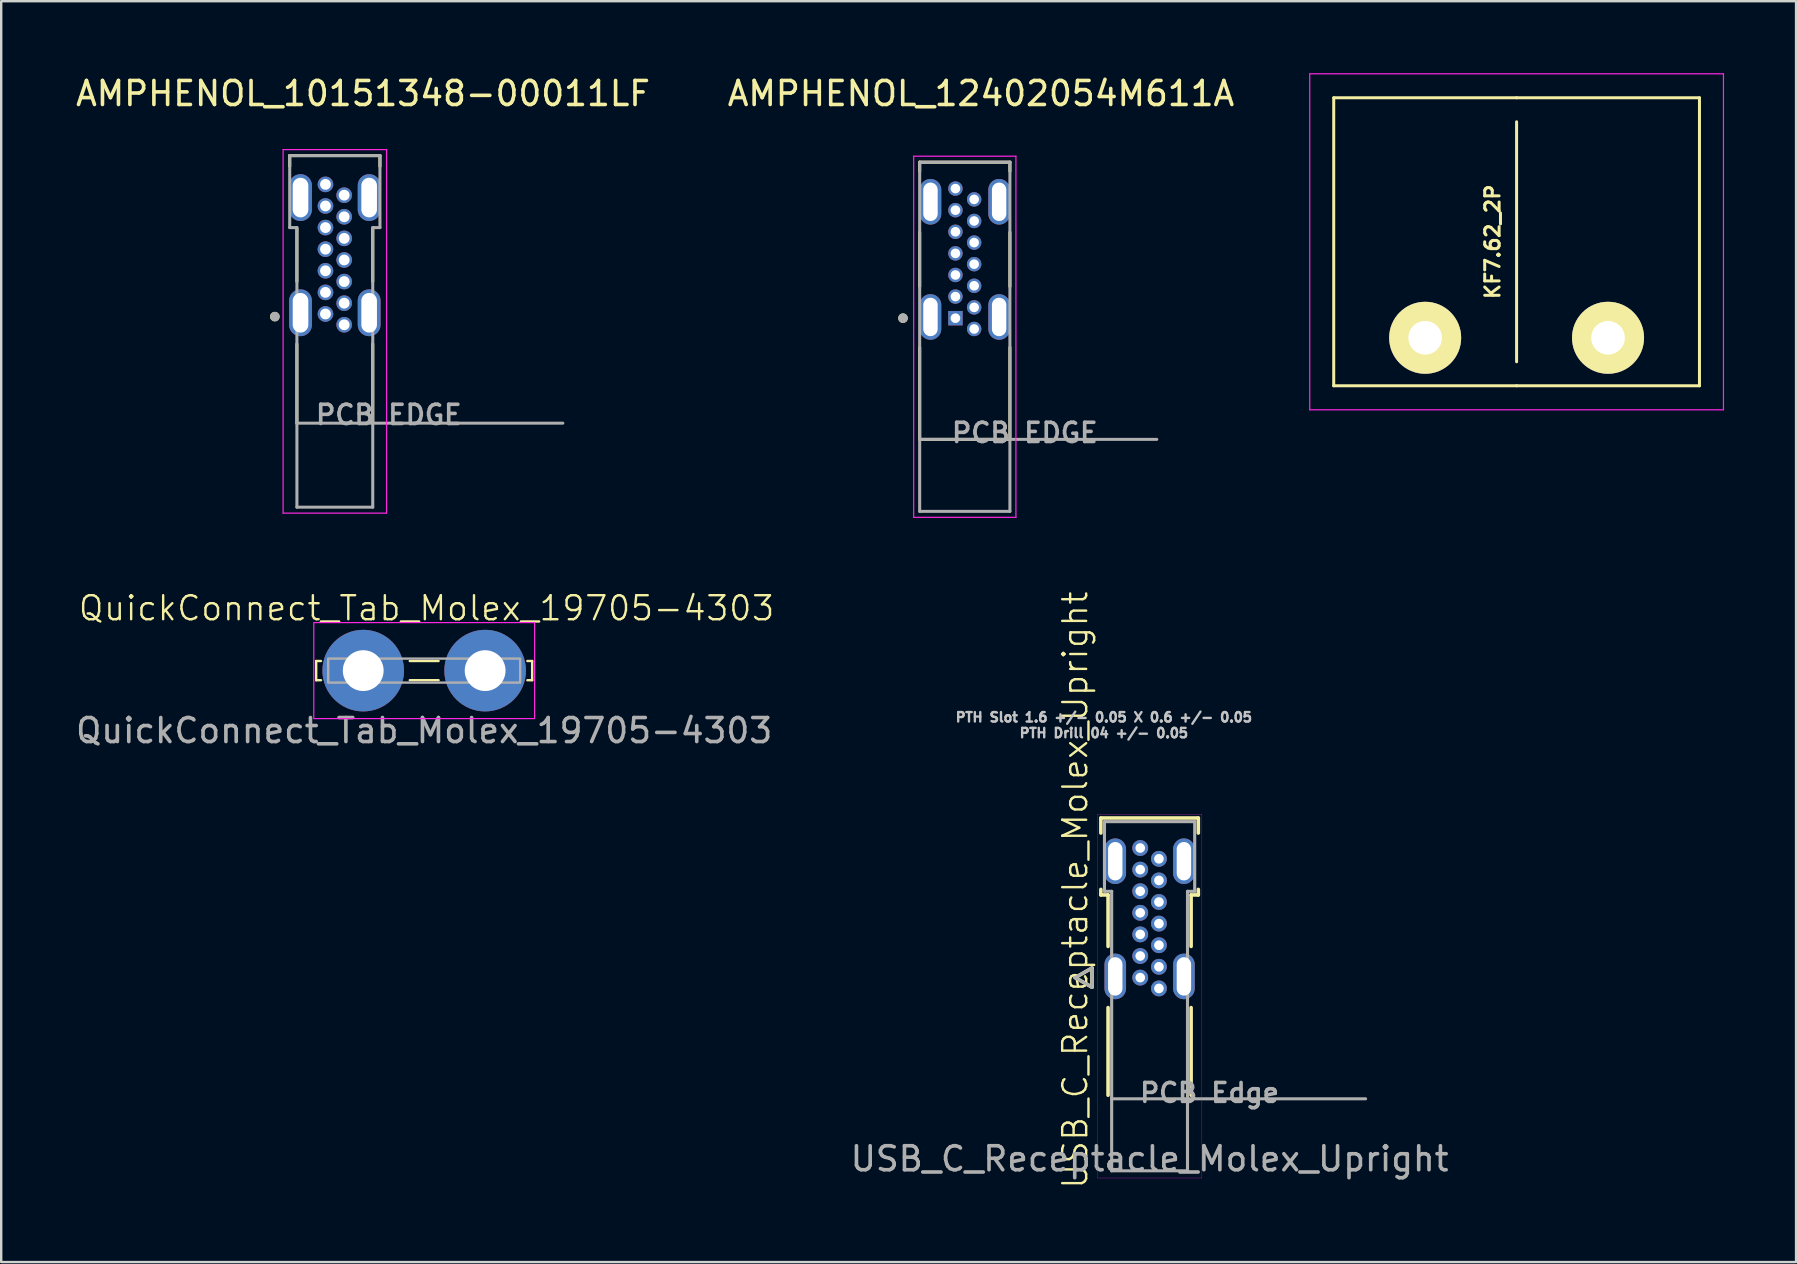
<source format=kicad_pcb>
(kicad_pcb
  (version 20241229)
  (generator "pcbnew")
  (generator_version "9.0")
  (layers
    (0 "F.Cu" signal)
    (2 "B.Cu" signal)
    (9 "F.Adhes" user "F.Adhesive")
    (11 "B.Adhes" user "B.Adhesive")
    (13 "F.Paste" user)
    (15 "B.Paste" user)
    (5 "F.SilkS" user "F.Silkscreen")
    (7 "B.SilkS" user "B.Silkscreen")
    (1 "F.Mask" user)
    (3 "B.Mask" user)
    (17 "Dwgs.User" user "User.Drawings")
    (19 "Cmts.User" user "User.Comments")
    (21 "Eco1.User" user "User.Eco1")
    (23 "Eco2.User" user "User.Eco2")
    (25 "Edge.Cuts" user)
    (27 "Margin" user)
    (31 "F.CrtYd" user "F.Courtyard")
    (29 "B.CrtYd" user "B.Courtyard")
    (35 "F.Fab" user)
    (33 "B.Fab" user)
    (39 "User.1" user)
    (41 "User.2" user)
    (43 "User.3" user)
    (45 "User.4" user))
  (footprint "QuickConnect_Tab_Molex_19705-4303"
    (layer "F.Cu")
    (at 14.625 24.894)
    (property "Reference" "QuickConnect_Tab_Molex_19705-4303" (at 0.1 -2.6 0) (unlocked yes) (layer "F.SilkS") (effects (font (size 1 1) (thickness 0.1))))
    (attr through_hole)
    (fp_line (start -4.5 -0.4) (end -4.5 0.4) (stroke (width 0.1) (type default)) (layer "F.SilkS"))
    (fp_line (start -4.5 0.4) (end -4.3 0.4) (stroke (width 0.1) (type default)) (layer "F.SilkS"))
    (fp_line (start -4.3 -0.4) (end -4.5 -0.4) (stroke (width 0.1) (type default)) (layer "F.SilkS"))
    (fp_line (start -0.6 -0.4) (end 0.6 -0.4) (stroke (width 0.1) (type default)) (layer "F.SilkS"))
    (fp_line (start 0.6 0.4) (end -0.6 0.4) (stroke (width 0.1) (type default)) (layer "F.SilkS"))
    (fp_line (start 4.3 -0.4) (end 4.5 -0.4) (stroke (width 0.1) (type default)) (layer "F.SilkS"))
    (fp_line (start 4.5 -0.4) (end 4.5 0.4) (stroke (width 0.1) (type default)) (layer "F.SilkS"))
    (fp_line (start 4.5 0.4) (end 4.3 0.4) (stroke (width 0.1) (type default)) (layer "F.SilkS"))
    (fp_rect (start -4.6 -2) (end 4.6 2) (stroke (width 0.05) (type default)) (fill no) (layer "F.CrtYd"))
    (fp_rect (start -4 -0.5) (end 4 0.5) (stroke (width 0.1) (type default)) (fill no) (layer "F.Fab"))
    (fp_text user "${REFERENCE}" (at 0 2.5 0) (unlocked yes) (layer "F.Fab") (effects (font (size 1 1) (thickness 0.15))))
    (pad "1" thru_hole circle (at -2.54 0) (size 3.4 3.4) (drill 1.7) (layers "*.Cu" "*.Mask"))
    (pad "1" thru_hole circle (at 2.54 0) (size 3.4 3.4) (drill 1.7) (layers "*.Cu" "*.Mask")))
  (footprint "AMPHENOL_10151348-00011LF"
    (layer "F.Cu")
    (at 10.902 9.983)
    (property "Reference" "AMPHENOL_10151348-00011LF" (at 1.175 -9.135 0) (layer "F.SilkS") (effects (font (size 1 1) (thickness 0.15))))
    (attr through_hole)
    (fp_line (start -1.88 -6.55) (end 1.88 -6.55) (stroke (width 0.127) (type solid)) (layer "F.SilkS"))
    (fp_line (start -1.88 -6.1) (end -1.88 -6.55) (stroke (width 0.127) (type solid)) (layer "F.SilkS"))
    (fp_line (start -1.58 -3.5) (end -1.58 -1.3) (stroke (width 0.127) (type solid)) (layer "F.SilkS"))
    (fp_line (start -1.58 1.3) (end -1.58 4.6) (stroke (width 0.127) (type solid)) (layer "F.SilkS"))
    (fp_line (start 1.58 -1.3) (end 1.58 -3.5) (stroke (width 0.127) (type solid)) (layer "F.SilkS"))
    (fp_line (start 1.58 4.6) (end 1.58 1.3) (stroke (width 0.127) (type solid)) (layer "F.SilkS"))
    (fp_line (start 1.88 -6.55) (end 1.88 -6.1) (stroke (width 0.127) (type solid)) (layer "F.SilkS"))
    (fp_circle (center -2.5 0.16) (end -2.4 0.16) (stroke (width 0.2) (type solid)) (fill no) (layer "F.SilkS"))
    (fp_line (start -2.155 -6.8) (end -2.155 8.35) (stroke (width 0.05) (type solid)) (layer "F.CrtYd"))
    (fp_line (start -2.155 8.35) (end 2.155 8.35) (stroke (width 0.05) (type solid)) (layer "F.CrtYd"))
    (fp_line (start 2.155 -6.8) (end -2.155 -6.8) (stroke (width 0.05) (type solid)) (layer "F.CrtYd"))
    (fp_line (start 2.155 8.35) (end 2.155 -6.8) (stroke (width 0.05) (type solid)) (layer "F.CrtYd"))
    (fp_line (start -1.88 -6.55) (end -1.88 -3.55) (stroke (width 0.127) (type solid)) (layer "F.Fab"))
    (fp_line (start -1.88 -3.55) (end -1.58 -3.55) (stroke (width 0.127) (type solid)) (layer "F.Fab"))
    (fp_line (start -1.58 -3.55) (end -1.58 4.6) (stroke (width 0.127) (type solid)) (layer "F.Fab"))
    (fp_line (start -1.58 4.6) (end -1.58 8.1) (stroke (width 0.127) (type solid)) (layer "F.Fab"))
    (fp_line (start -1.58 4.6) (end 9.5 4.6) (stroke (width 0.127) (type solid)) (layer "F.Fab"))
    (fp_line (start -1.58 8.1) (end 1.58 8.1) (stroke (width 0.127) (type solid)) (layer "F.Fab"))
    (fp_line (start 1.58 -3.55) (end 1.88 -3.55) (stroke (width 0.127) (type solid)) (layer "F.Fab"))
    (fp_line (start 1.58 8.1) (end 1.58 -3.55) (stroke (width 0.127) (type solid)) (layer "F.Fab"))
    (fp_line (start 1.88 -6.55) (end -1.88 -6.55) (stroke (width 0.127) (type solid)) (layer "F.Fab"))
    (fp_line (start 1.88 -3.55) (end 1.88 -6.55) (stroke (width 0.127) (type solid)) (layer "F.Fab"))
    (fp_circle (center -2.5 0.16) (end -2.4 0.16) (stroke (width 0.2) (type solid)) (fill no) (layer "F.Fab"))
    (fp_text user "PCB EDGE" (at 2.25 4.25 0) (layer "F.Fab") (effects (font (size 0.8 0.8) (thickness 0.15))))
    (pad "A1" thru_hole circle (at -0.39 0.05) (size 0.65 0.65) (drill 0.45) (layers "*.Cu" "*.Mask"))
    (pad "A4" thru_hole circle (at -0.39 -0.85) (size 0.65 0.65) (drill 0.45) (layers "*.Cu" "*.Mask"))
    (pad "A5" thru_hole circle (at -0.39 -1.75) (size 0.65 0.65) (drill 0.45) (layers "*.Cu" "*.Mask"))
    (pad "A6" thru_hole circle (at -0.39 -2.65) (size 0.65 0.65) (drill 0.45) (layers "*.Cu" "*.Mask"))
    (pad "A7" thru_hole circle (at -0.39 -3.55) (size 0.65 0.65) (drill 0.45) (layers "*.Cu" "*.Mask"))
    (pad "A9" thru_hole circle (at -0.39 -4.45) (size 0.65 0.65) (drill 0.45) (layers "*.Cu" "*.Mask"))
    (pad "A12" thru_hole circle (at -0.39 -5.35) (size 0.65 0.65) (drill 0.45) (layers "*.Cu" "*.Mask"))
    (pad "B1" thru_hole circle (at 0.39 -4.9) (size 0.65 0.65) (drill 0.45) (layers "*.Cu" "*.Mask"))
    (pad "B4" thru_hole circle (at 0.39 -4) (size 0.65 0.65) (drill 0.45) (layers "*.Cu" "*.Mask"))
    (pad "B5" thru_hole circle (at 0.39 -3.1) (size 0.65 0.65) (drill 0.45) (layers "*.Cu" "*.Mask"))
    (pad "B6" thru_hole circle (at 0.39 -2.2) (size 0.65 0.65) (drill 0.45) (layers "*.Cu" "*.Mask"))
    (pad "B7" thru_hole circle (at 0.39 -1.3) (size 0.65 0.65) (drill 0.45) (layers "*.Cu" "*.Mask"))
    (pad "B9" thru_hole circle (at 0.39 -0.4) (size 0.65 0.65) (drill 0.45) (layers "*.Cu" "*.Mask"))
    (pad "B12" thru_hole circle (at 0.39 0.5) (size 0.65 0.65) (drill 0.45) (layers "*.Cu" "*.Mask"))
    (pad "SH1" thru_hole oval (at -1.43 0) (size 0.95 1.95) (drill oval 0.65 1.65) (layers "*.Cu" "*.Mask"))
    (pad "SH2" thru_hole oval (at 1.43 0) (size 0.95 1.95) (drill oval 0.65 1.65) (layers "*.Cu" "*.Mask"))
    (pad "SH3" thru_hole oval (at -1.43 -4.8) (size 0.95 1.95) (drill oval 0.65 1.65) (layers "*.Cu" "*.Mask"))
    (pad "SH4" thru_hole oval (at 1.43 -4.8) (size 0.95 1.95) (drill oval 0.65 1.65) (layers "*.Cu" "*.Mask")))
  (footprint "AMPHENOL_12402054M611A"
    (layer "F.Cu")
    (at 37.152 10.158)
    (property "Reference" "AMPHENOL_12402054M611A" (at 0.675 -9.31 0) (layer "F.SilkS") (effects (font (size 1 1) (thickness 0.15))))
    (attr through_hole)
    (fp_line (start -1.88 -6.45) (end 1.88 -6.45) (stroke (width 0.127) (type solid)) (layer "F.SilkS"))
    (fp_line (start -1.88 -6.07) (end -1.88 -6.45) (stroke (width 0.127) (type solid)) (layer "F.SilkS"))
    (fp_line (start -1.88 -3.53) (end -1.88 -1.27) (stroke (width 0.127) (type solid)) (layer "F.SilkS"))
    (fp_line (start -1.88 1.27) (end -1.88 5.1) (stroke (width 0.127) (type solid)) (layer "F.SilkS"))
    (fp_line (start -1.88 5.1) (end 1.88 5.1) (stroke (width 0.127) (type solid)) (layer "F.SilkS"))
    (fp_line (start 1.88 -6.45) (end 1.88 -6.07) (stroke (width 0.127) (type solid)) (layer "F.SilkS"))
    (fp_line (start 1.88 -1.27) (end 1.88 -3.53) (stroke (width 0.127) (type solid)) (layer "F.SilkS"))
    (fp_line (start 1.88 5.1) (end 1.88 1.27) (stroke (width 0.127) (type solid)) (layer "F.SilkS"))
    (fp_circle (center -2.575 0.05) (end -2.475 0.05) (stroke (width 0.2) (type solid)) (fill no) (layer "F.SilkS"))
    (fp_line (start -2.13 -6.7) (end -2.13 8.35) (stroke (width 0.05) (type solid)) (layer "F.CrtYd"))
    (fp_line (start -2.13 8.35) (end 2.13 8.35) (stroke (width 0.05) (type solid)) (layer "F.CrtYd"))
    (fp_line (start 2.13 -6.7) (end -2.13 -6.7) (stroke (width 0.05) (type solid)) (layer "F.CrtYd"))
    (fp_line (start 2.13 8.35) (end 2.13 -6.7) (stroke (width 0.05) (type solid)) (layer "F.CrtYd"))
    (fp_line (start -1.88 -6.45) (end 1.88 -6.45) (stroke (width 0.127) (type solid)) (layer "F.Fab"))
    (fp_line (start -1.88 5.1) (end -1.88 -6.45) (stroke (width 0.127) (type solid)) (layer "F.Fab"))
    (fp_line (start -1.88 5.1) (end 8 5.1) (stroke (width 0.127) (type solid)) (layer "F.Fab"))
    (fp_line (start -1.88 8.1) (end -1.88 5.1) (stroke (width 0.127) (type solid)) (layer "F.Fab"))
    (fp_line (start 1.88 -6.45) (end 1.88 8.1) (stroke (width 0.127) (type solid)) (layer "F.Fab"))
    (fp_line (start 1.88 8.1) (end -1.88 8.1) (stroke (width 0.127) (type solid)) (layer "F.Fab"))
    (fp_circle (center -2.575 0.05) (end -2.475 0.05) (stroke (width 0.2) (type solid)) (fill no) (layer "F.Fab"))
    (fp_text user "PCB EDGE" (at 2.5 4.825 0) (layer "F.Fab") (effects (font (size 0.8 0.8) (thickness 0.15))))
    (pad "A1" thru_hole rect (at -0.39 0.05) (size 0.6 0.6) (drill 0.4) (layers "*.Cu" "*.Mask"))
    (pad "A4" thru_hole circle (at -0.39 -0.85) (size 0.6 0.6) (drill 0.4) (layers "*.Cu" "*.Mask"))
    (pad "A5" thru_hole circle (at -0.39 -1.75) (size 0.6 0.6) (drill 0.4) (layers "*.Cu" "*.Mask"))
    (pad "A6" thru_hole circle (at -0.39 -2.65) (size 0.6 0.6) (drill 0.4) (layers "*.Cu" "*.Mask"))
    (pad "A7" thru_hole circle (at -0.39 -3.55) (size 0.6 0.6) (drill 0.4) (layers "*.Cu" "*.Mask"))
    (pad "A9" thru_hole circle (at -0.39 -4.45) (size 0.6 0.6) (drill 0.4) (layers "*.Cu" "*.Mask"))
    (pad "A12" thru_hole circle (at -0.39 -5.35) (size 0.6 0.6) (drill 0.4) (layers "*.Cu" "*.Mask"))
    (pad "B1" thru_hole circle (at 0.39 -4.9) (size 0.6 0.6) (drill 0.4) (layers "*.Cu" "*.Mask"))
    (pad "B4" thru_hole circle (at 0.39 -4) (size 0.6 0.6) (drill 0.4) (layers "*.Cu" "*.Mask"))
    (pad "B5" thru_hole circle (at 0.39 -3.1) (size 0.6 0.6) (drill 0.4) (layers "*.Cu" "*.Mask"))
    (pad "B6" thru_hole circle (at 0.39 -2.2) (size 0.6 0.6) (drill 0.4) (layers "*.Cu" "*.Mask"))
    (pad "B7" thru_hole circle (at 0.39 -1.3) (size 0.6 0.6) (drill 0.4) (layers "*.Cu" "*.Mask"))
    (pad "B9" thru_hole circle (at 0.39 -0.4) (size 0.6 0.6) (drill 0.4) (layers "*.Cu" "*.Mask"))
    (pad "B12" thru_hole circle (at 0.39 0.5) (size 0.6 0.6) (drill 0.4) (layers "*.Cu" "*.Mask"))
    (pad "S1" thru_hole oval (at -1.43 0) (size 0.9 1.9) (drill oval 0.6 1.6) (layers "*.Cu" "*.Mask"))
    (pad "S2" thru_hole oval (at 1.43 0) (size 0.9 1.9) (drill oval 0.6 1.6) (layers "*.Cu" "*.Mask"))
    (pad "S3" thru_hole oval (at -1.43 -4.8) (size 0.9 1.9) (drill oval 0.6 1.6) (layers "*.Cu" "*.Mask"))
    (pad "S4" thru_hole oval (at 1.43 -4.8) (size 0.9 1.9) (drill oval 0.6 1.6) (layers "*.Cu" "*.Mask")))
  (footprint "USB_C_Receptacle_Molex_Upright"
    (layer "F.Cu")
    (at 44.852 35.236)
    (property "Reference" "USB_C_Receptacle_Molex_Upright" (at -3.1 -1.2 90) (unlocked yes) (layer "F.SilkS") (effects (font (size 1 1) (thickness 0.1))))
    (attr through_hole allow_soldermask_bridges)
    (fp_line (start -3.1 2.45) (end -2.4 2.85) (stroke (width 0.15) (type solid)) (layer "F.SilkS"))
    (fp_line (start -2.4 2.05) (end -3.1 2.45) (stroke (width 0.15) (type solid)) (layer "F.SilkS"))
    (fp_line (start -2.4 2.85) (end -2.4 2.05) (stroke (width 0.15) (type solid)) (layer "F.SilkS"))
    (fp_line (start -2.03 -4.2) (end 2.03 -4.2) (stroke (width 0.15) (type solid)) (layer "F.SilkS"))
    (fp_line (start -2.03 -3.575) (end -2.03 -4.2) (stroke (width 0.15) (type solid)) (layer "F.SilkS"))
    (fp_line (start -2.03 -0.995) (end -2.03 -1.225) (stroke (width 0.15) (type solid)) (layer "F.SilkS"))
    (fp_line (start -1.73 -0.995) (end -2.03 -0.995) (stroke (width 0.15) (type solid)) (layer "F.SilkS"))
    (fp_line (start -1.73 1.15) (end -1.73 -0.995) (stroke (width 0.15) (type solid)) (layer "F.SilkS"))
    (fp_line (start -1.73 7.35) (end -1.73 3.7) (stroke (width 0.15) (type solid)) (layer "F.SilkS"))
    (fp_line (start 1.73 -0.995) (end 1.73 1.15) (stroke (width 0.15) (type solid)) (layer "F.SilkS"))
    (fp_line (start 1.73 -0.995) (end 2.03 -0.995) (stroke (width 0.15) (type solid)) (layer "F.SilkS"))
    (fp_line (start 1.73 3.7) (end 1.73 7.35) (stroke (width 0.15) (type solid)) (layer "F.SilkS"))
    (fp_line (start 2.03 -4.2) (end 2.03 -3.575) (stroke (width 0.15) (type solid)) (layer "F.SilkS"))
    (fp_line (start 2.03 -1.225) (end 2.03 -0.995) (stroke (width 0.15) (type solid)) (layer "F.SilkS"))
    (fp_line (start -2.18 -4.35) (end -2.18 10.8) (stroke (width 0.01) (type solid)) (layer "F.CrtYd"))
    (fp_line (start -2.18 10.8) (end 2.18 10.8) (stroke (width 0.01) (type solid)) (layer "F.CrtYd"))
    (fp_line (start 2.18 -4.35) (end -2.18 -4.35) (stroke (width 0.01) (type solid)) (layer "F.CrtYd"))
    (fp_line (start 2.18 10.8) (end 2.18 -4.35) (stroke (width 0.01) (type solid)) (layer "F.CrtYd"))
    (fp_line (start -3.1 2.45) (end -2.4 2.85) (stroke (width 0.13) (type solid)) (layer "F.Fab"))
    (fp_line (start -2.4 2.05) (end -3.1 2.45) (stroke (width 0.13) (type solid)) (layer "F.Fab"))
    (fp_line (start -2.4 2.85) (end -2.4 2.05) (stroke (width 0.13) (type solid)) (layer "F.Fab"))
    (fp_line (start -1.88 -4.05) (end 1.88 -4.05) (stroke (width 0.13) (type solid)) (layer "F.Fab"))
    (fp_line (start -1.88 -1.145) (end -1.88 -4.05) (stroke (width 0.13) (type solid)) (layer "F.Fab"))
    (fp_line (start -1.58 -1.145) (end -1.88 -1.145) (stroke (width 0.13) (type solid)) (layer "F.Fab"))
    (fp_line (start -1.58 7.5) (end -1.58 -1.145) (stroke (width 0.13) (type solid)) (layer "F.Fab"))
    (fp_line (start -1.58 7.5) (end 9 7.5) (stroke (width 0.13) (type solid)) (layer "F.Fab"))
    (fp_line (start -1.58 10.5) (end -1.58 7.5) (stroke (width 0.13) (type solid)) (layer "F.Fab"))
    (fp_line (start 1.58 -1.145) (end 1.58 10.5) (stroke (width 0.13) (type solid)) (layer "F.Fab"))
    (fp_line (start 1.58 -1.145) (end 1.88 -1.145) (stroke (width 0.13) (type solid)) (layer "F.Fab"))
    (fp_line (start 1.58 10.5) (end -1.58 10.5) (stroke (width 0.13) (type solid)) (layer "F.Fab"))
    (fp_line (start 1.88 -4.05) (end 1.88 -1.145) (stroke (width 0.13) (type solid)) (layer "F.Fab"))
    (fp_text user "PTH Slot 1.6 +/- 0.05 X 0.6 +/- 0.05" (at -1.905 -8.398 0) (layer "Dwgs.User") (effects (font (size 0.394 0.394) (thickness 0.15))))
    (fp_text user "PTH Drill 04 +/- 0.05" (at -1.905 -7.74 0) (layer "Dwgs.User") (effects (font (size 0.394 0.394) (thickness 0.15))))
    (fp_text user "PCB Edge" (at 2.5 7.25 0) (layer "F.Fab") (effects (font (size 0.787 0.787) (thickness 0.15))))
    (fp_text user "${REFERENCE}" (at 0 10 0) (unlocked yes) (layer "F.Fab") (effects (font (size 1 1) (thickness 0.15))))
    (pad "A1" thru_hole circle (at -0.39 2.45) (size 0.66 0.66) (drill 0.4) (layers "*.Cu" "*.Mask"))
    (pad "A4" thru_hole circle (at -0.39 1.55) (size 0.66 0.66) (drill 0.4) (layers "*.Cu" "*.Mask"))
    (pad "A5" thru_hole circle (at -0.39 0.65) (size 0.66 0.66) (drill 0.4) (layers "*.Cu" "*.Mask"))
    (pad "A6" thru_hole circle (at -0.39 -0.25) (size 0.66 0.66) (drill 0.4) (layers "*.Cu" "*.Mask"))
    (pad "A7" thru_hole circle (at -0.39 -1.15) (size 0.66 0.66) (drill 0.4) (layers "*.Cu" "*.Mask"))
    (pad "A9" thru_hole circle (at -0.39 -2.05) (size 0.66 0.66) (drill 0.4) (layers "*.Cu" "*.Mask"))
    (pad "A12" thru_hole circle (at -0.39 -2.95) (size 0.66 0.66) (drill 0.4) (layers "*.Cu" "*.Mask"))
    (pad "B1" thru_hole circle (at 0.39 -2.5) (size 0.66 0.66) (drill 0.4) (layers "*.Cu" "*.Mask"))
    (pad "B4" thru_hole circle (at 0.39 -1.6) (size 0.66 0.66) (drill 0.4) (layers "*.Cu" "*.Mask"))
    (pad "B5" thru_hole circle (at 0.39 -0.7) (size 0.66 0.66) (drill 0.4) (layers "*.Cu" "*.Mask"))
    (pad "B6" thru_hole circle (at 0.39 0.2) (size 0.66 0.66) (drill 0.4) (layers "*.Cu" "*.Mask"))
    (pad "B7" thru_hole circle (at 0.39 1.1) (size 0.66 0.66) (drill 0.4) (layers "*.Cu" "*.Mask"))
    (pad "B9" thru_hole circle (at 0.39 2) (size 0.66 0.66) (drill 0.4) (layers "*.Cu" "*.Mask"))
    (pad "B12" thru_hole circle (at 0.39 2.9) (size 0.66 0.66) (drill 0.4) (layers "*.Cu" "*.Mask"))
    (pad "S1" thru_hole oval (at -1.43 -2.4) (size 0.9 1.9) (drill oval 0.6 1.6) (layers "*.Cu" "*.Mask"))
    (pad "S1" thru_hole oval (at -1.43 2.4) (size 0.9 1.9) (drill oval 0.6 1.6) (layers "*.Cu" "*.Mask"))
    (pad "S1" thru_hole oval (at 1.43 -2.4) (size 0.9 1.9) (drill oval 0.6 1.6) (layers "*.Cu" "*.Mask"))
    (pad "S1" thru_hole oval (at 1.43 2.4) (size 0.9 1.9) (drill oval 0.6 1.6) (layers "*.Cu" "*.Mask")))
  (footprint "KF7.62_2P"
    (layer "F.Cu")
    (at 60.145 7.025)
    (property "Reference" "KF7.62_2P" (at -1 0 90) (layer "F.SilkS") (effects (font (size 0.6 0.6) (thickness 0.125))))
    (attr through_hole)
    (fp_line (start -7.62 -6) (end -7.62 6) (stroke (width 0.125) (type solid)) (layer "F.SilkS"))
    (fp_line (start -7.62 6) (end 0 6) (stroke (width 0.125) (type solid)) (layer "F.SilkS"))
    (fp_line (start 0 -6) (end -7.62 -6) (stroke (width 0.125) (type solid)) (layer "F.SilkS"))
    (fp_line (start 0 -6) (end 7.62 -6) (stroke (width 0.125) (type solid)) (layer "F.SilkS"))
    (fp_line (start 0 5) (end 0 -5) (stroke (width 0.125) (type solid)) (layer "F.SilkS"))
    (fp_line (start 7.62 -6) (end 7.62 6) (stroke (width 0.125) (type solid)) (layer "F.SilkS"))
    (fp_line (start 7.62 6) (end 0 6) (stroke (width 0.125) (type solid)) (layer "F.SilkS"))
    (fp_line (start -8.62 -7) (end -8.62 7) (stroke (width 0.05) (type solid)) (layer "F.CrtYd"))
    (fp_line (start -8.62 -7) (end 8.62 -7) (stroke (width 0.05) (type solid)) (layer "F.CrtYd"))
    (fp_line (start 8.62 -7) (end 8.62 7) (stroke (width 0.05) (type solid)) (layer "F.CrtYd"))
    (fp_line (start 8.62 7) (end -8.62 7) (stroke (width 0.05) (type solid)) (layer "F.CrtYd"))
    (pad "1" thru_hole circle (at -3.81 4) (size 3 3) (drill 1.4) (layers "*.Cu" "*.Mask" "F.SilkS"))
    (pad "2" thru_hole circle (at 3.81 4) (size 3 3) (drill 1.4) (layers "*.Cu" "*.Mask" "F.SilkS")))
  (gr_rect
    (start -3 -3)
    (end 71.79 49.538)
    (stroke (width 0.1) (type default))
    (fill no)
    (layer "Edge.Cuts")))
</source>
